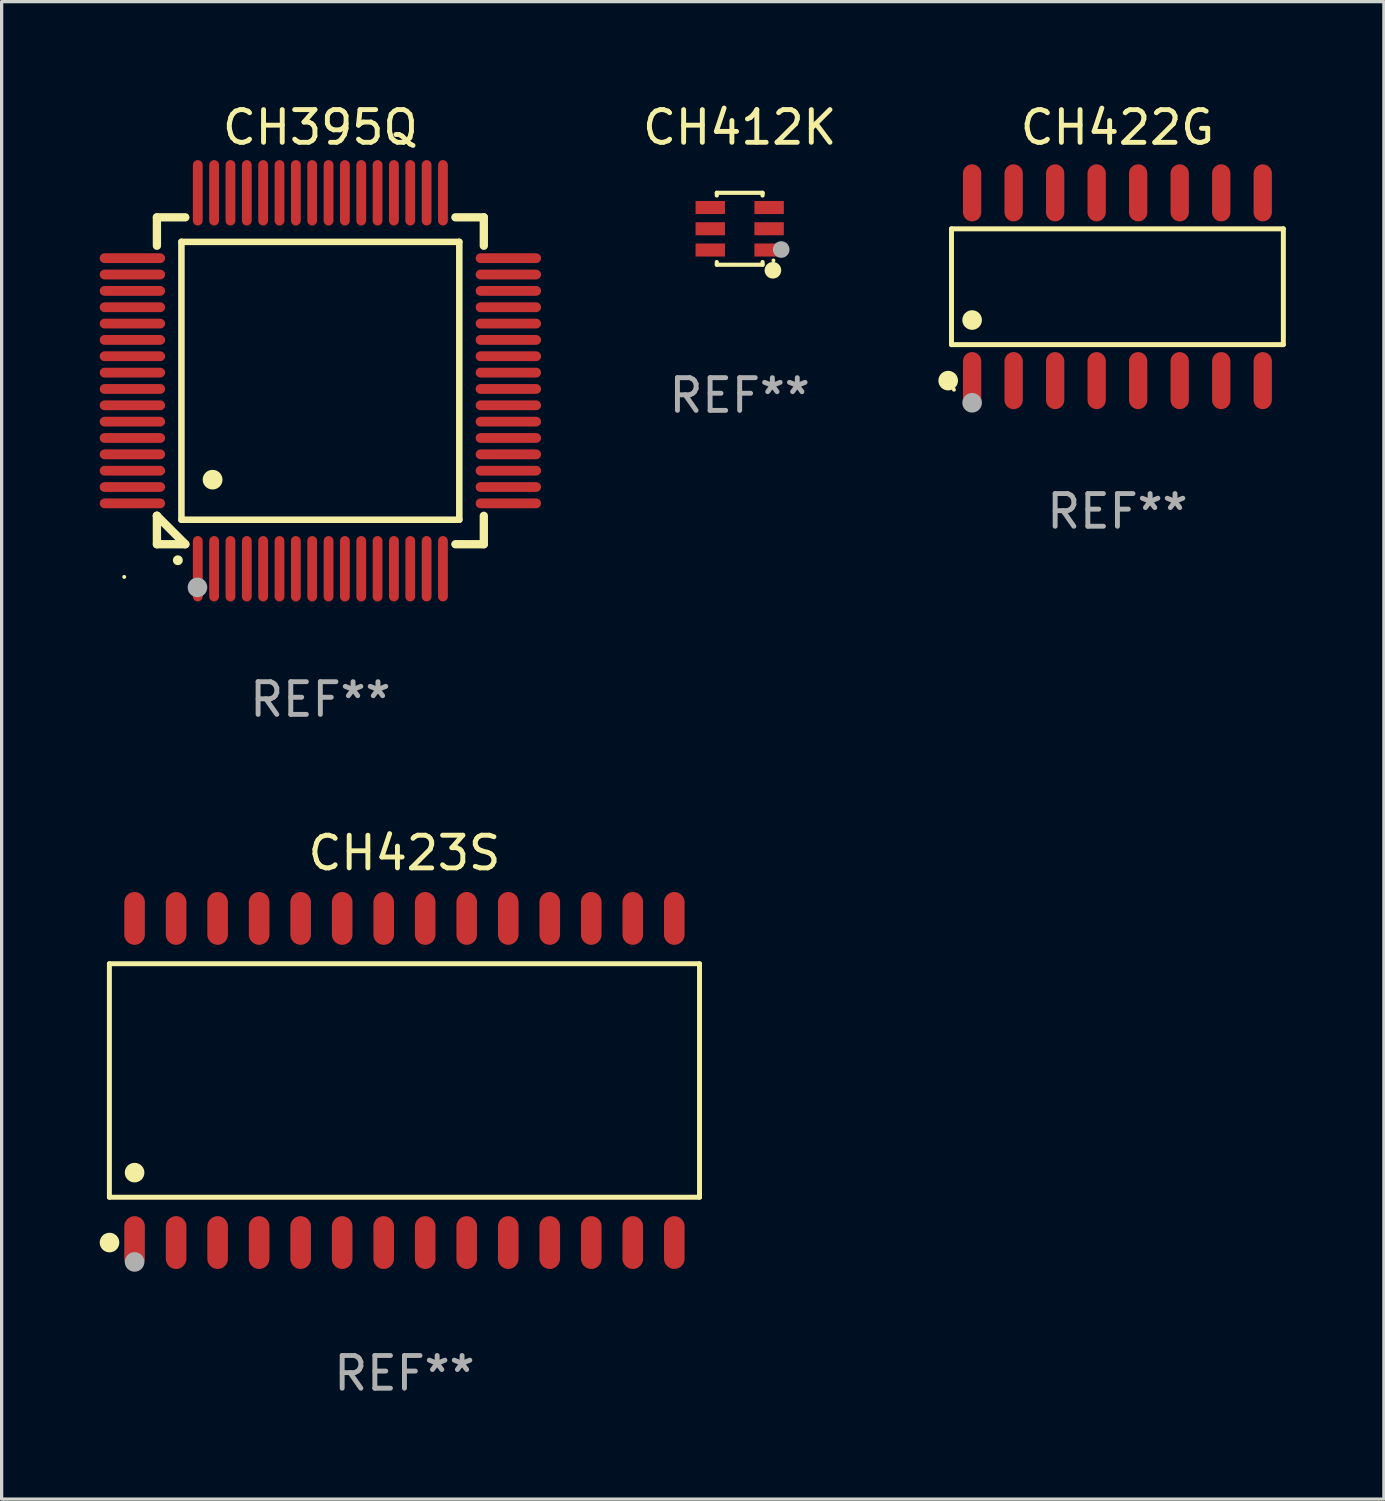
<source format=kicad_pcb>
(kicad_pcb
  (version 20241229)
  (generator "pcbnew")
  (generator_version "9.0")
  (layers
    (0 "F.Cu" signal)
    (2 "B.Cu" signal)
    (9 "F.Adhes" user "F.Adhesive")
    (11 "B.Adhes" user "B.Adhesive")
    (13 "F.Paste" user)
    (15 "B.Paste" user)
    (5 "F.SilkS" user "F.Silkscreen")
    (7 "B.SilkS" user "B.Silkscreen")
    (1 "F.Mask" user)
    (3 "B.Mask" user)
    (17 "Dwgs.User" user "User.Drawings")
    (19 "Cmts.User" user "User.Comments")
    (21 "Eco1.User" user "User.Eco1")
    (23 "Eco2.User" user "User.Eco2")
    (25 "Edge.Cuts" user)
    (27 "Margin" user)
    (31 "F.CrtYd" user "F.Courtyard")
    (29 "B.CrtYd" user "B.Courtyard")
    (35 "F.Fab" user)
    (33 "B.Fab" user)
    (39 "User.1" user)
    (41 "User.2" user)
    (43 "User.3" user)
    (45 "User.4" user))
  (footprint "CH412K"
    (layer "F.Cu")
    (at 19.577 3.948)
    (property "Reference" "CH412K" (at 0 -3.1 0) (layer "F.SilkS") (effects (font (size 1 1) (thickness 0.15))))
    (attr through_hole)
    (fp_line (start -0.7 -1.018) (end -0.7 -1.1) (stroke (width 0.127) (type solid)) (layer "F.SilkS"))
    (fp_line (start -0.7 1.1) (end -0.7 1.018) (stroke (width 0.127) (type solid)) (layer "F.SilkS"))
    (fp_line (start 0.7 -1.1) (end -0.7 -1.1) (stroke (width 0.127) (type solid)) (layer "F.SilkS"))
    (fp_line (start 0.7 -1.018) (end 0.7 -1.1) (stroke (width 0.127) (type solid)) (layer "F.SilkS"))
    (fp_line (start 0.7 1.1) (end -0.7 1.1) (stroke (width 0.127) (type solid)) (layer "F.SilkS"))
    (fp_line (start 0.7 1.1) (end 0.7 1.018) (stroke (width 0.127) (type solid)) (layer "F.SilkS"))
    (fp_circle (center 1.016 1.27) (end 1.143 1.27) (stroke (width 0.254) (type solid)) (fill no) (layer "F.SilkS"))
    (fp_circle (center 1.032 0.97) (end 1.062 0.97) (stroke (width 0.06) (type solid)) (fill no) (layer "F.SilkS"))
    (fp_circle (center 1.27 0.635) (end 1.397 0.635) (stroke (width 0.254) (type solid)) (fill no) (layer "F.Fab"))
    (fp_text user "REF**" (at 0 5.1 0) (layer "F.Fab") (effects (font (size 1 1) (thickness 0.15))))
    (pad "1" smd rect (at 0.9 0.65 90) (size 0.4 0.9) (layers "F.Cu" "F.Mask" "F.Paste"))
    (pad "2" smd rect (at 0.9 -0.000102 90) (size 0.4 0.9) (layers "F.Cu" "F.Mask" "F.Paste"))
    (pad "3" smd rect (at 0.9 -0.65 90) (size 0.4 0.9) (layers "F.Cu" "F.Mask" "F.Paste"))
    (pad "4" smd rect (at -0.9 -0.65 90) (size 0.4 0.9) (layers "F.Cu" "F.Mask" "F.Paste"))
    (pad "5" smd rect (at -0.9 -0.000102 90) (size 0.4 0.9) (layers "F.Cu" "F.Mask" "F.Paste"))
    (pad "6" smd rect (at -0.9 0.65 90) (size 0.4 0.9) (layers "F.Cu" "F.Mask" "F.Paste")))
  (footprint "CH423S"
    (layer "F.Cu")
    (at 9.322 30.002)
    (property "Reference" "CH423S" (at 0 -6.958 0) (layer "F.SilkS") (effects (font (size 1 1) (thickness 0.15))))
    (attr through_hole)
    (fp_line (start -9.026 -3.571) (end 9.026 -3.571) (stroke (width 0.152) (type solid)) (layer "F.SilkS"))
    (fp_line (start -9.026 3.571) (end -9.026 -3.571) (stroke (width 0.152) (type solid)) (layer "F.SilkS"))
    (fp_line (start 9.026 -3.571) (end 9.026 3.571) (stroke (width 0.152) (type solid)) (layer "F.SilkS"))
    (fp_line (start 9.026 3.571) (end -9.026 3.571) (stroke (width 0.152) (type solid)) (layer "F.SilkS"))
    (fp_circle (center -9.022 4.958) (end -8.872 4.958) (stroke (width 0.3) (type solid)) (fill no) (layer "F.SilkS"))
    (fp_circle (center -8.95 5.15) (end -8.92 5.15) (stroke (width 0.06) (type solid)) (fill no) (layer "F.SilkS"))
    (fp_circle (center -8.255 2.819) (end -8.105 2.819) (stroke (width 0.3) (type solid)) (fill no) (layer "F.SilkS"))
    (fp_circle (center -8.255 5.55) (end -8.105 5.55) (stroke (width 0.3) (type solid)) (fill no) (layer "F.Fab"))
    (fp_text user "REF**" (at 0 8.958 0) (layer "F.Fab") (effects (font (size 1 1) (thickness 0.15))))
    (pad "1" smd oval (at -8.255 4.958) (size 0.63 1.615) (layers "F.Cu" "F.Mask" "F.Paste"))
    (pad "2" smd oval (at -6.985 4.958) (size 0.63 1.615) (layers "F.Cu" "F.Mask" "F.Paste"))
    (pad "3" smd oval (at -5.715 4.958) (size 0.63 1.615) (layers "F.Cu" "F.Mask" "F.Paste"))
    (pad "4" smd oval (at -4.445 4.958) (size 0.63 1.615) (layers "F.Cu" "F.Mask" "F.Paste"))
    (pad "5" smd oval (at -3.175 4.958) (size 0.63 1.615) (layers "F.Cu" "F.Mask" "F.Paste"))
    (pad "6" smd oval (at -1.905 4.958) (size 0.63 1.615) (layers "F.Cu" "F.Mask" "F.Paste"))
    (pad "7" smd oval (at -0.635 4.958) (size 0.63 1.615) (layers "F.Cu" "F.Mask" "F.Paste"))
    (pad "8" smd oval (at 0.635 4.958) (size 0.63 1.615) (layers "F.Cu" "F.Mask" "F.Paste"))
    (pad "9" smd oval (at 1.905 4.958) (size 0.63 1.615) (layers "F.Cu" "F.Mask" "F.Paste"))
    (pad "10" smd oval (at 3.175 4.958) (size 0.63 1.615) (layers "F.Cu" "F.Mask" "F.Paste"))
    (pad "11" smd oval (at 4.445 4.958) (size 0.63 1.615) (layers "F.Cu" "F.Mask" "F.Paste"))
    (pad "12" smd oval (at 5.715 4.958) (size 0.63 1.615) (layers "F.Cu" "F.Mask" "F.Paste"))
    (pad "13" smd oval (at 6.985 4.958) (size 0.63 1.615) (layers "F.Cu" "F.Mask" "F.Paste"))
    (pad "14" smd oval (at 8.255 4.958) (size 0.63 1.615) (layers "F.Cu" "F.Mask" "F.Paste"))
    (pad "15" smd oval (at 8.255 -4.958) (size 0.63 1.615) (layers "F.Cu" "F.Mask" "F.Paste"))
    (pad "16" smd oval (at 6.985 -4.958) (size 0.63 1.615) (layers "F.Cu" "F.Mask" "F.Paste"))
    (pad "17" smd oval (at 5.715 -4.958) (size 0.63 1.615) (layers "F.Cu" "F.Mask" "F.Paste"))
    (pad "18" smd oval (at 4.445 -4.958) (size 0.63 1.615) (layers "F.Cu" "F.Mask" "F.Paste"))
    (pad "19" smd oval (at 3.175 -4.958) (size 0.63 1.615) (layers "F.Cu" "F.Mask" "F.Paste"))
    (pad "20" smd oval (at 1.905 -4.958) (size 0.63 1.615) (layers "F.Cu" "F.Mask" "F.Paste"))
    (pad "21" smd oval (at 0.635 -4.958) (size 0.63 1.615) (layers "F.Cu" "F.Mask" "F.Paste"))
    (pad "22" smd oval (at -0.635 -4.958) (size 0.63 1.615) (layers "F.Cu" "F.Mask" "F.Paste"))
    (pad "23" smd oval (at -1.905 -4.958) (size 0.63 1.615) (layers "F.Cu" "F.Mask" "F.Paste"))
    (pad "24" smd oval (at -3.175 -4.958) (size 0.63 1.615) (layers "F.Cu" "F.Mask" "F.Paste"))
    (pad "25" smd oval (at -4.445 -4.958) (size 0.63 1.615) (layers "F.Cu" "F.Mask" "F.Paste"))
    (pad "26" smd oval (at -5.715 -4.958) (size 0.63 1.615) (layers "F.Cu" "F.Mask" "F.Paste"))
    (pad "27" smd oval (at -6.985 -4.958) (size 0.63 1.615) (layers "F.Cu" "F.Mask" "F.Paste"))
    (pad "28" smd oval (at -8.255 -4.958) (size 0.63 1.615) (layers "F.Cu" "F.Mask" "F.Paste")))
  (footprint "CH422G"
    (layer "F.Cu")
    (at 31.132 5.721)
    (property "Reference" "CH422G" (at 0 -4.872 0) (layer "F.SilkS") (effects (font (size 1 1) (thickness 0.15))))
    (attr through_hole)
    (fp_line (start -5.076 -1.771) (end 5.076 -1.771) (stroke (width 0.152) (type solid)) (layer "F.SilkS"))
    (fp_line (start -5.076 1.771) (end -5.076 -1.771) (stroke (width 0.152) (type solid)) (layer "F.SilkS"))
    (fp_line (start 5.076 -1.771) (end 5.076 1.771) (stroke (width 0.152) (type solid)) (layer "F.SilkS"))
    (fp_line (start 5.076 1.771) (end -5.076 1.771) (stroke (width 0.152) (type solid)) (layer "F.SilkS"))
    (fp_circle (center -5.177 2.872) (end -5.027 2.872) (stroke (width 0.3) (type solid)) (fill no) (layer "F.SilkS"))
    (fp_circle (center -5 3.15) (end -4.97 3.15) (stroke (width 0.06) (type solid)) (fill no) (layer "F.SilkS"))
    (fp_circle (center -4.445 1.019) (end -4.295 1.019) (stroke (width 0.3) (type solid)) (fill no) (layer "F.SilkS"))
    (fp_circle (center -4.445 3.55) (end -4.295 3.55) (stroke (width 0.3) (type solid)) (fill no) (layer "F.Fab"))
    (fp_text user "REF**" (at 0 6.872 0) (layer "F.Fab") (effects (font (size 1 1) (thickness 0.15))))
    (pad "1" smd oval (at -4.445 2.872) (size 0.56 1.745) (layers "F.Cu" "F.Mask" "F.Paste"))
    (pad "2" smd oval (at -3.175 2.872) (size 0.56 1.745) (layers "F.Cu" "F.Mask" "F.Paste"))
    (pad "3" smd oval (at -1.905 2.872) (size 0.56 1.745) (layers "F.Cu" "F.Mask" "F.Paste"))
    (pad "4" smd oval (at -0.635 2.872) (size 0.56 1.745) (layers "F.Cu" "F.Mask" "F.Paste"))
    (pad "5" smd oval (at 0.635 2.872) (size 0.56 1.745) (layers "F.Cu" "F.Mask" "F.Paste"))
    (pad "6" smd oval (at 1.905 2.872) (size 0.56 1.745) (layers "F.Cu" "F.Mask" "F.Paste"))
    (pad "7" smd oval (at 3.175 2.872) (size 0.56 1.745) (layers "F.Cu" "F.Mask" "F.Paste"))
    (pad "8" smd oval (at 4.445 2.872) (size 0.56 1.745) (layers "F.Cu" "F.Mask" "F.Paste"))
    (pad "9" smd oval (at 4.445 -2.872) (size 0.56 1.745) (layers "F.Cu" "F.Mask" "F.Paste"))
    (pad "10" smd oval (at 3.175 -2.872) (size 0.56 1.745) (layers "F.Cu" "F.Mask" "F.Paste"))
    (pad "11" smd oval (at 1.905 -2.872) (size 0.56 1.745) (layers "F.Cu" "F.Mask" "F.Paste"))
    (pad "12" smd oval (at 0.635 -2.872) (size 0.56 1.745) (layers "F.Cu" "F.Mask" "F.Paste"))
    (pad "13" smd oval (at -0.635 -2.872) (size 0.56 1.745) (layers "F.Cu" "F.Mask" "F.Paste"))
    (pad "14" smd oval (at -1.905 -2.872) (size 0.56 1.745) (layers "F.Cu" "F.Mask" "F.Paste"))
    (pad "15" smd oval (at -3.175 -2.872) (size 0.56 1.745) (layers "F.Cu" "F.Mask" "F.Paste"))
    (pad "16" smd oval (at -4.445 -2.872) (size 0.56 1.745) (layers "F.Cu" "F.Mask" "F.Paste")))
  (footprint "CH395Q"
    (layer "F.Cu")
    (at 6.75 8.598)
    (property "Reference" "CH395Q" (at 0 -7.75 0) (layer "F.SilkS") (effects (font (size 1 1) (thickness 0.15))))
    (attr through_hole)
    (fp_line (start -5 -5) (end -4.131 -5) (stroke (width 0.254) (type solid)) (layer "F.SilkS"))
    (fp_line (start -5 -4.131) (end -5 -5) (stroke (width 0.254) (type solid)) (layer "F.SilkS"))
    (fp_line (start -5 4.131) (end -5 4.131) (stroke (width 0.254) (type solid)) (layer "F.SilkS"))
    (fp_line (start -5 5) (end -5 4.131) (stroke (width 0.254) (type solid)) (layer "F.SilkS"))
    (fp_line (start -5 4.131) (end -4.131 5) (stroke (width 0.254) (type solid)) (layer "F.SilkS"))
    (fp_line (start -4.25 -4.25) (end -4.25 4.25) (stroke (width 0.2) (type solid)) (layer "F.SilkS"))
    (fp_line (start -4.25 4.25) (end 4.25 4.25) (stroke (width 0.2) (type solid)) (layer "F.SilkS"))
    (fp_line (start -4.131 5) (end -5 5) (stroke (width 0.254) (type solid)) (layer "F.SilkS"))
    (fp_line (start 4.25 -4.25) (end -4.25 -4.25) (stroke (width 0.2) (type solid)) (layer "F.SilkS"))
    (fp_line (start 4.25 4.25) (end 4.25 -4.25) (stroke (width 0.2) (type solid)) (layer "F.SilkS"))
    (fp_line (start 5 -5) (end 4.131 -5) (stroke (width 0.254) (type solid)) (layer "F.SilkS"))
    (fp_line (start 5 -5) (end 5 -4.131) (stroke (width 0.254) (type solid)) (layer "F.SilkS"))
    (fp_line (start 5 4.131) (end 5 5) (stroke (width 0.254) (type solid)) (layer "F.SilkS"))
    (fp_line (start 5 5) (end 4.131 5) (stroke (width 0.254) (type solid)) (layer "F.SilkS"))
    (fp_arc (start -4.361265 5.489992) (mid -4.359995 5.489987) (end -4.358725 5.489992) (stroke (width 0.3) (type solid)) (layer "F.SilkS"))
    (fp_arc (start -3.299467 3.025146) (mid -3.296927 3.025135) (end -3.294387 3.025146) (stroke (width 0.6) (type solid)) (layer "F.SilkS"))
    (fp_circle (center -6 6) (end -5.97 6) (stroke (width 0.06) (type solid)) (fill no) (layer "F.SilkS"))
    (fp_circle (center -3.76 6.32) (end -3.61 6.32) (stroke (width 0.3) (type solid)) (fill no) (layer "F.Fab"))
    (fp_text user "REF**" (at 0 9.75 0) (layer "F.Fab") (effects (font (size 1 1) (thickness 0.15))))
    (pad "1" smd oval (at -3.75 5.75) (size 0.3 2) (layers "F.Cu" "F.Mask" "F.Paste"))
    (pad "2" smd oval (at -3.25 5.75) (size 0.3 2) (layers "F.Cu" "F.Mask" "F.Paste"))
    (pad "3" smd oval (at -2.75 5.75) (size 0.3 2) (layers "F.Cu" "F.Mask" "F.Paste"))
    (pad "4" smd oval (at -2.25 5.75) (size 0.3 2) (layers "F.Cu" "F.Mask" "F.Paste"))
    (pad "5" smd oval (at -1.75 5.75) (size 0.3 2) (layers "F.Cu" "F.Mask" "F.Paste"))
    (pad "6" smd oval (at -1.25 5.75) (size 0.3 2) (layers "F.Cu" "F.Mask" "F.Paste"))
    (pad "7" smd oval (at -0.75 5.75) (size 0.3 2) (layers "F.Cu" "F.Mask" "F.Paste"))
    (pad "8" smd oval (at -0.25 5.75) (size 0.3 2) (layers "F.Cu" "F.Mask" "F.Paste"))
    (pad "9" smd oval (at 0.25 5.75) (size 0.3 2) (layers "F.Cu" "F.Mask" "F.Paste"))
    (pad "10" smd oval (at 0.75 5.75) (size 0.3 2) (layers "F.Cu" "F.Mask" "F.Paste"))
    (pad "11" smd oval (at 1.25 5.75) (size 0.3 2) (layers "F.Cu" "F.Mask" "F.Paste"))
    (pad "12" smd oval (at 1.75 5.75) (size 0.3 2) (layers "F.Cu" "F.Mask" "F.Paste"))
    (pad "13" smd oval (at 2.25 5.75) (size 0.3 2) (layers "F.Cu" "F.Mask" "F.Paste"))
    (pad "14" smd oval (at 2.75 5.75) (size 0.3 2) (layers "F.Cu" "F.Mask" "F.Paste"))
    (pad "15" smd oval (at 3.25 5.75) (size 0.3 2) (layers "F.Cu" "F.Mask" "F.Paste"))
    (pad "16" smd oval (at 3.75 5.75) (size 0.3 2) (layers "F.Cu" "F.Mask" "F.Paste"))
    (pad "17" smd oval (at 5.75 3.75) (size 2 0.3) (layers "F.Cu" "F.Mask" "F.Paste"))
    (pad "18" smd oval (at 5.75 3.25) (size 2 0.3) (layers "F.Cu" "F.Mask" "F.Paste"))
    (pad "19" smd oval (at 5.75 2.75) (size 2 0.3) (layers "F.Cu" "F.Mask" "F.Paste"))
    (pad "20" smd oval (at 5.75 2.25) (size 2 0.3) (layers "F.Cu" "F.Mask" "F.Paste"))
    (pad "21" smd oval (at 5.75 1.75) (size 2 0.3) (layers "F.Cu" "F.Mask" "F.Paste"))
    (pad "22" smd oval (at 5.75 1.25) (size 2 0.3) (layers "F.Cu" "F.Mask" "F.Paste"))
    (pad "23" smd oval (at 5.75 0.75) (size 2 0.3) (layers "F.Cu" "F.Mask" "F.Paste"))
    (pad "24" smd oval (at 5.75 0.25) (size 2 0.3) (layers "F.Cu" "F.Mask" "F.Paste"))
    (pad "25" smd oval (at 5.75 -0.25) (size 2 0.3) (layers "F.Cu" "F.Mask" "F.Paste"))
    (pad "26" smd oval (at 5.75 -0.75) (size 2 0.3) (layers "F.Cu" "F.Mask" "F.Paste"))
    (pad "27" smd oval (at 5.75 -1.25) (size 2 0.3) (layers "F.Cu" "F.Mask" "F.Paste"))
    (pad "28" smd oval (at 5.75 -1.75) (size 2 0.3) (layers "F.Cu" "F.Mask" "F.Paste"))
    (pad "29" smd oval (at 5.75 -2.25) (size 2 0.3) (layers "F.Cu" "F.Mask" "F.Paste"))
    (pad "30" smd oval (at 5.75 -2.75) (size 2 0.3) (layers "F.Cu" "F.Mask" "F.Paste"))
    (pad "31" smd oval (at 5.75 -3.25) (size 2 0.3) (layers "F.Cu" "F.Mask" "F.Paste"))
    (pad "32" smd oval (at 5.75 -3.75) (size 2 0.3) (layers "F.Cu" "F.Mask" "F.Paste"))
    (pad "33" smd oval (at 3.75 -5.75) (size 0.3 2) (layers "F.Cu" "F.Mask" "F.Paste"))
    (pad "34" smd oval (at 3.25 -5.75) (size 0.3 2) (layers "F.Cu" "F.Mask" "F.Paste"))
    (pad "35" smd oval (at 2.75 -5.75) (size 0.3 2) (layers "F.Cu" "F.Mask" "F.Paste"))
    (pad "36" smd oval (at 2.25 -5.75) (size 0.3 2) (layers "F.Cu" "F.Mask" "F.Paste"))
    (pad "37" smd oval (at 1.75 -5.75) (size 0.3 2) (layers "F.Cu" "F.Mask" "F.Paste"))
    (pad "38" smd oval (at 1.25 -5.75) (size 0.3 2) (layers "F.Cu" "F.Mask" "F.Paste"))
    (pad "39" smd oval (at 0.75 -5.75) (size 0.3 2) (layers "F.Cu" "F.Mask" "F.Paste"))
    (pad "40" smd oval (at 0.25 -5.75) (size 0.3 2) (layers "F.Cu" "F.Mask" "F.Paste"))
    (pad "41" smd oval (at -0.25 -5.75) (size 0.3 2) (layers "F.Cu" "F.Mask" "F.Paste"))
    (pad "42" smd oval (at -0.75 -5.75) (size 0.3 2) (layers "F.Cu" "F.Mask" "F.Paste"))
    (pad "43" smd oval (at -1.25 -5.75) (size 0.3 2) (layers "F.Cu" "F.Mask" "F.Paste"))
    (pad "44" smd oval (at -1.75 -5.75) (size 0.3 2) (layers "F.Cu" "F.Mask" "F.Paste"))
    (pad "45" smd oval (at -2.25 -5.75) (size 0.3 2) (layers "F.Cu" "F.Mask" "F.Paste"))
    (pad "46" smd oval (at -2.75 -5.75) (size 0.3 2) (layers "F.Cu" "F.Mask" "F.Paste"))
    (pad "47" smd oval (at -3.25 -5.75) (size 0.3 2) (layers "F.Cu" "F.Mask" "F.Paste"))
    (pad "48" smd oval (at -3.75 -5.75) (size 0.3 2) (layers "F.Cu" "F.Mask" "F.Paste"))
    (pad "49" smd oval (at -5.75 -3.75) (size 2 0.3) (layers "F.Cu" "F.Mask" "F.Paste"))
    (pad "50" smd oval (at -5.75 -3.25) (size 2 0.3) (layers "F.Cu" "F.Mask" "F.Paste"))
    (pad "51" smd oval (at -5.75 -2.75) (size 2 0.3) (layers "F.Cu" "F.Mask" "F.Paste"))
    (pad "52" smd oval (at -5.75 -2.25) (size 2 0.3) (layers "F.Cu" "F.Mask" "F.Paste"))
    (pad "53" smd oval (at -5.75 -1.75) (size 2 0.3) (layers "F.Cu" "F.Mask" "F.Paste"))
    (pad "54" smd oval (at -5.75 -1.25) (size 2 0.3) (layers "F.Cu" "F.Mask" "F.Paste"))
    (pad "55" smd oval (at -5.75 -0.75) (size 2 0.3) (layers "F.Cu" "F.Mask" "F.Paste"))
    (pad "56" smd oval (at -5.75 -0.25) (size 2 0.3) (layers "F.Cu" "F.Mask" "F.Paste"))
    (pad "57" smd oval (at -5.75 0.25) (size 2 0.3) (layers "F.Cu" "F.Mask" "F.Paste"))
    (pad "58" smd oval (at -5.75 0.75) (size 2 0.3) (layers "F.Cu" "F.Mask" "F.Paste"))
    (pad "59" smd oval (at -5.75 1.25) (size 2 0.3) (layers "F.Cu" "F.Mask" "F.Paste"))
    (pad "60" smd oval (at -5.75 1.75) (size 2 0.3) (layers "F.Cu" "F.Mask" "F.Paste"))
    (pad "61" smd oval (at -5.75 2.25) (size 2 0.3) (layers "F.Cu" "F.Mask" "F.Paste"))
    (pad "62" smd oval (at -5.75 2.75) (size 2 0.3) (layers "F.Cu" "F.Mask" "F.Paste"))
    (pad "63" smd oval (at -5.75 3.25) (size 2 0.3) (layers "F.Cu" "F.Mask" "F.Paste"))
    (pad "64" smd oval (at -5.75 3.75) (size 2 0.3) (layers "F.Cu" "F.Mask" "F.Paste")))
  (gr_rect
    (start -3 -3)
    (end 39.284 42.808)
    (stroke (width 0.1) (type default))
    (fill no)
    (layer "Edge.Cuts")))
</source>
